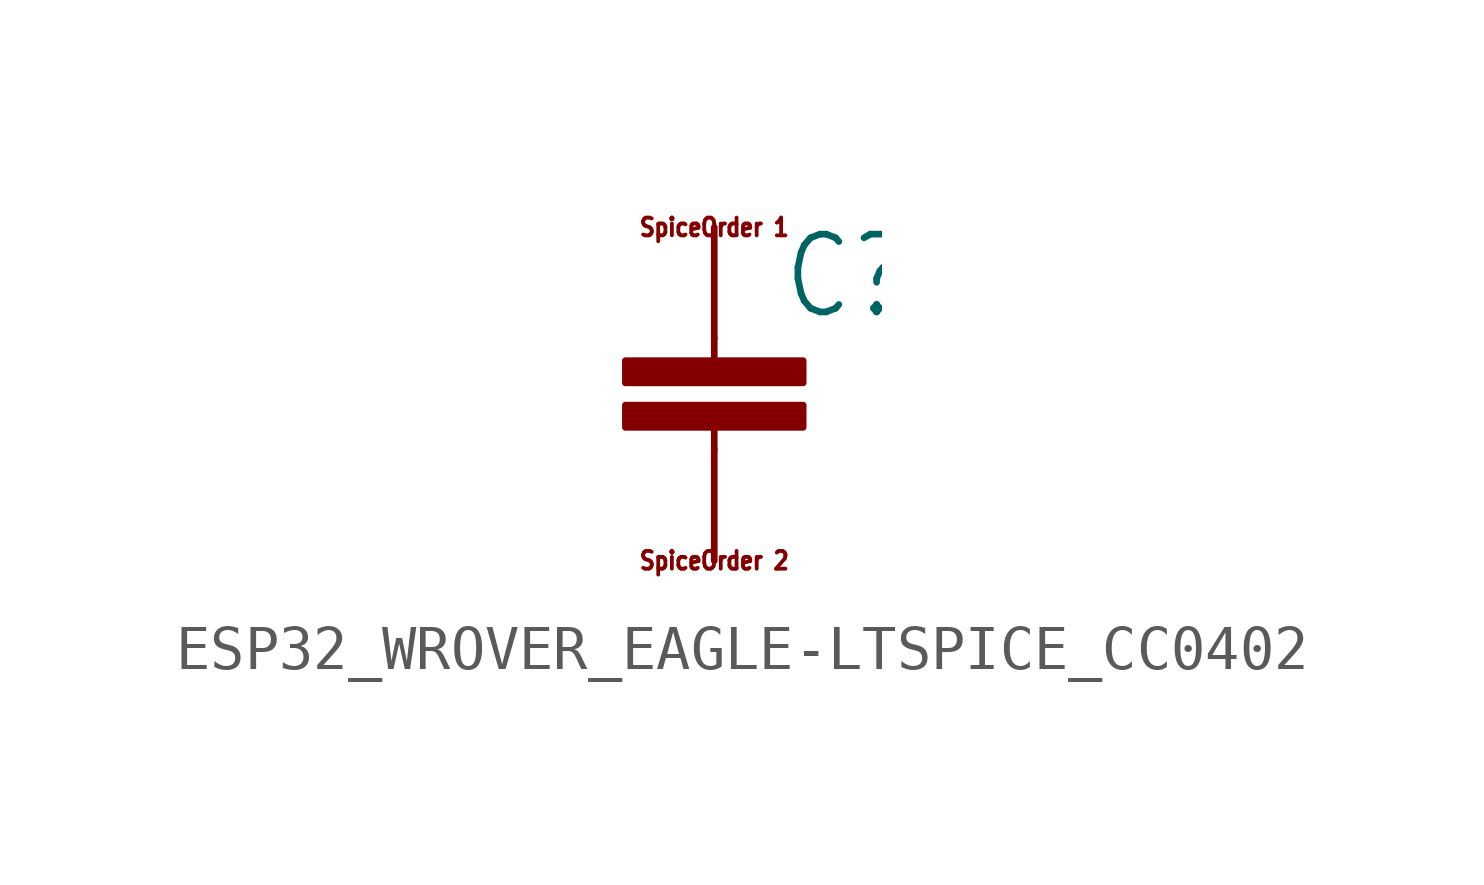
<source format=kicad_sym>
(kicad_symbol_lib
  (version 20220914)
  (generator kicad_symbol_editor)
  (symbol "ESP32_WROVER_EAGLE-LTSPICE_CC0402"
    (property "Reference" "C"
      (at 1.524 0.381 0)
      (effects (font (size 1.778 1.511)) (justify left bottom)))
    (property "Value" ""
      (at 1.524 -4.699 0)
      (effects (font (size 1.778 1.511)) (justify left bottom)))
    (property "ki_locked" ""
      (at 0 0 0)
      (effects (font (size 1.27 1.27))))
    (symbol "ESP32_WROVER_EAGLE-LTSPICE_CC0402_1_0"
      (rectangle (start -2.032 -2.032) (end 2.032 -1.524) (stroke (width 0) (type default)) (fill (type outline)))
      (rectangle (start -2.032 -1.016) (end 2.032 -0.508) (stroke (width 0) (type default)) (fill (type outline)))
      (polyline (pts (xy 0 -2.54) (xy 0 -2.032)) (stroke (width 0.152) (type solid)) (fill (type none)))
      (polyline (pts (xy 0 0) (xy 0 -0.508)) (stroke (width 0.152) (type solid)) (fill (type none)))
      (text "SpiceOrder 1" (at 0 2.54 0) (effects (font (size 0.406 0.345))))
      (text "SpiceOrder 2" (at 0 -5.08 0) (effects (font (size 0.406 0.345))))
      (pin passive line (at 0 2.54 270) (length 2.54) (name "1" (effects (font (size 0 0)))) (number "1" (effects (font (size 0 0)))))
      (pin passive line (at 0 -5.08 90) (length 2.54) (name "2" (effects (font (size 0 0)))) (number "2" (effects (font (size 0 0))))))))
</source>
